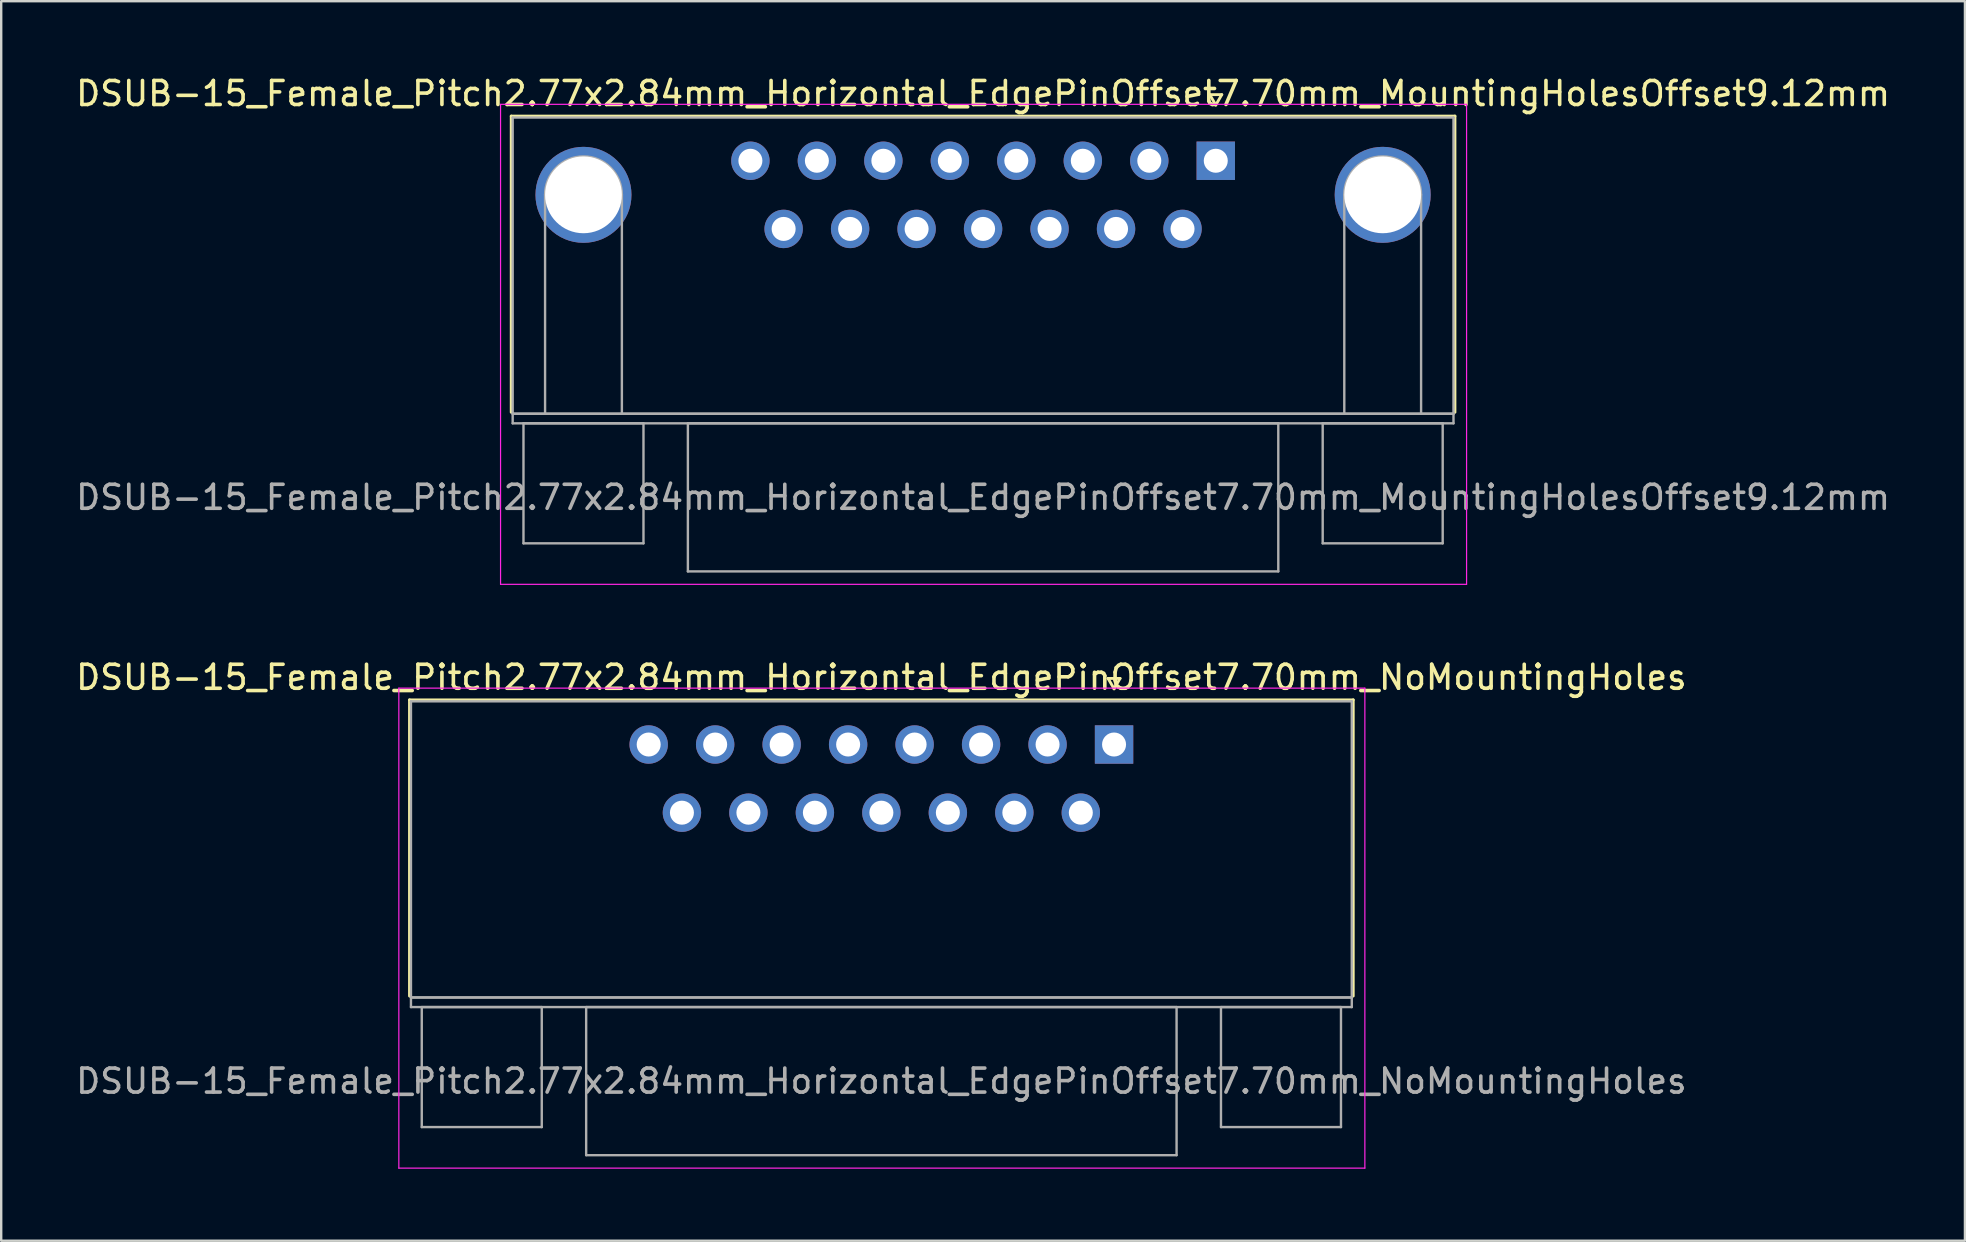
<source format=kicad_pcb>
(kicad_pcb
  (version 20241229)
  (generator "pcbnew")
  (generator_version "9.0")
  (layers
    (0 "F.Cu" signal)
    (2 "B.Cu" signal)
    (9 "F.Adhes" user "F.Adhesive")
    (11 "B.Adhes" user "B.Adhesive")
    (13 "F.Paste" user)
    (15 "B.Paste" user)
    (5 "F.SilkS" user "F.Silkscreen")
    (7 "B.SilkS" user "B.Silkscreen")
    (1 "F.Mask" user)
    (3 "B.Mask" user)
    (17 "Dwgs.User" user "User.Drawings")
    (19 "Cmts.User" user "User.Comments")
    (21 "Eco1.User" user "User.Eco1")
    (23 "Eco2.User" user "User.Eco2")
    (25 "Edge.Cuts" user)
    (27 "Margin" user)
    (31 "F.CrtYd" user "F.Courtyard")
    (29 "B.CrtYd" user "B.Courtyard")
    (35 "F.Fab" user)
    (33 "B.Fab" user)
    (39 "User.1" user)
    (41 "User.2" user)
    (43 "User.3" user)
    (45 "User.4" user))
  (footprint "DSUB-15_Female_Pitch2.77x2.84mm_Horizontal_EdgePinOffset7.70mm_NoMountingHoles"
    (layer "F.Cu")
    (at 43.368 27.971)
    (property "Reference" "DSUB-15_Female_Pitch2.77x2.84mm_Horizontal_EdgePinOffset7.70mm_NoMountingHoles" (at -9.695 -2.8 0) (layer "F.SilkS") (effects (font (size 1 1) (thickness 0.15))))
    (attr through_hole)
    (fp_line (start -29.355 -1.86) (end 9.965 -1.86) (stroke (width 0.12) (type solid)) (layer "F.SilkS"))
    (fp_line (start -29.355 10.48) (end -29.355 -1.86) (stroke (width 0.12) (type solid)) (layer "F.SilkS"))
    (fp_line (start -0.25 -2.754) (end 0.25 -2.754) (stroke (width 0.12) (type solid)) (layer "F.SilkS"))
    (fp_line (start 0 -2.321) (end -0.25 -2.754) (stroke (width 0.12) (type solid)) (layer "F.SilkS"))
    (fp_line (start 0.25 -2.754) (end 0 -2.321) (stroke (width 0.12) (type solid)) (layer "F.SilkS"))
    (fp_line (start 9.965 -1.86) (end 9.965 10.48) (stroke (width 0.12) (type solid)) (layer "F.SilkS"))
    (fp_line (start -29.8 -2.35) (end -29.8 17.65) (stroke (width 0.05) (type solid)) (layer "F.CrtYd"))
    (fp_line (start -29.8 17.65) (end 10.45 17.65) (stroke (width 0.05) (type solid)) (layer "F.CrtYd"))
    (fp_line (start 10.45 -2.35) (end -29.8 -2.35) (stroke (width 0.05) (type solid)) (layer "F.CrtYd"))
    (fp_line (start 10.45 17.65) (end 10.45 -2.35) (stroke (width 0.05) (type solid)) (layer "F.CrtYd"))
    (fp_line (start -29.295 -1.8) (end -29.295 10.54) (stroke (width 0.1) (type solid)) (layer "F.Fab"))
    (fp_line (start -29.295 10.54) (end -29.295 10.94) (stroke (width 0.1) (type solid)) (layer "F.Fab"))
    (fp_line (start -29.295 10.54) (end 9.905 10.54) (stroke (width 0.1) (type solid)) (layer "F.Fab"))
    (fp_line (start -29.295 10.94) (end 9.905 10.94) (stroke (width 0.1) (type solid)) (layer "F.Fab"))
    (fp_line (start -28.845 10.94) (end -28.845 15.94) (stroke (width 0.1) (type solid)) (layer "F.Fab"))
    (fp_line (start -28.845 15.94) (end -23.845 15.94) (stroke (width 0.1) (type solid)) (layer "F.Fab"))
    (fp_line (start -23.845 10.94) (end -28.845 10.94) (stroke (width 0.1) (type solid)) (layer "F.Fab"))
    (fp_line (start -23.845 15.94) (end -23.845 10.94) (stroke (width 0.1) (type solid)) (layer "F.Fab"))
    (fp_line (start -21.995 10.94) (end -21.995 17.11) (stroke (width 0.1) (type solid)) (layer "F.Fab"))
    (fp_line (start -21.995 17.11) (end 2.605 17.11) (stroke (width 0.1) (type solid)) (layer "F.Fab"))
    (fp_line (start 2.605 10.94) (end -21.995 10.94) (stroke (width 0.1) (type solid)) (layer "F.Fab"))
    (fp_line (start 2.605 17.11) (end 2.605 10.94) (stroke (width 0.1) (type solid)) (layer "F.Fab"))
    (fp_line (start 4.455 10.94) (end 4.455 15.94) (stroke (width 0.1) (type solid)) (layer "F.Fab"))
    (fp_line (start 4.455 15.94) (end 9.455 15.94) (stroke (width 0.1) (type solid)) (layer "F.Fab"))
    (fp_line (start 9.455 10.94) (end 4.455 10.94) (stroke (width 0.1) (type solid)) (layer "F.Fab"))
    (fp_line (start 9.455 15.94) (end 9.455 10.94) (stroke (width 0.1) (type solid)) (layer "F.Fab"))
    (fp_line (start 9.905 -1.8) (end -29.295 -1.8) (stroke (width 0.1) (type solid)) (layer "F.Fab"))
    (fp_line (start 9.905 10.54) (end -29.295 10.54) (stroke (width 0.1) (type solid)) (layer "F.Fab"))
    (fp_line (start 9.905 10.54) (end 9.905 -1.8) (stroke (width 0.1) (type solid)) (layer "F.Fab"))
    (fp_line (start 9.905 10.94) (end 9.905 10.54) (stroke (width 0.1) (type solid)) (layer "F.Fab"))
    (fp_text user "${REFERENCE}" (at -9.695 14.025 0) (layer "F.Fab") (effects (font (size 1 1) (thickness 0.15))))
    (pad "1" thru_hole rect (at 0 0) (size 1.6 1.6) (drill 1) (layers "*.Cu" "*.Mask"))
    (pad "2" thru_hole circle (at -2.77 0) (size 1.6 1.6) (drill 1) (layers "*.Cu" "*.Mask"))
    (pad "3" thru_hole circle (at -5.54 0) (size 1.6 1.6) (drill 1) (layers "*.Cu" "*.Mask"))
    (pad "4" thru_hole circle (at -8.31 0) (size 1.6 1.6) (drill 1) (layers "*.Cu" "*.Mask"))
    (pad "5" thru_hole circle (at -11.08 0) (size 1.6 1.6) (drill 1) (layers "*.Cu" "*.Mask"))
    (pad "6" thru_hole circle (at -13.85 0) (size 1.6 1.6) (drill 1) (layers "*.Cu" "*.Mask"))
    (pad "7" thru_hole circle (at -16.62 0) (size 1.6 1.6) (drill 1) (layers "*.Cu" "*.Mask"))
    (pad "8" thru_hole circle (at -19.39 0) (size 1.6 1.6) (drill 1) (layers "*.Cu" "*.Mask"))
    (pad "9" thru_hole circle (at -1.385 2.84) (size 1.6 1.6) (drill 1) (layers "*.Cu" "*.Mask"))
    (pad "10" thru_hole circle (at -4.155 2.84) (size 1.6 1.6) (drill 1) (layers "*.Cu" "*.Mask"))
    (pad "11" thru_hole circle (at -6.925 2.84) (size 1.6 1.6) (drill 1) (layers "*.Cu" "*.Mask"))
    (pad "12" thru_hole circle (at -9.695 2.84) (size 1.6 1.6) (drill 1) (layers "*.Cu" "*.Mask"))
    (pad "13" thru_hole circle (at -12.465 2.84) (size 1.6 1.6) (drill 1) (layers "*.Cu" "*.Mask"))
    (pad "14" thru_hole circle (at -15.235 2.84) (size 1.6 1.6) (drill 1) (layers "*.Cu" "*.Mask"))
    (pad "15" thru_hole circle (at -18.005 2.84) (size 1.6 1.6) (drill 1) (layers "*.Cu" "*.Mask")))
  (footprint "DSUB-15_Female_Pitch2.77x2.84mm_Horizontal_EdgePinOffset7.70mm_MountingHolesOffset9.12mm"
    (layer "F.Cu")
    (at 47.606 3.648)
    (property "Reference" "DSUB-15_Female_Pitch2.77x2.84mm_Horizontal_EdgePinOffset7.70mm_MountingHolesOffset9.12mm" (at -9.695 -2.8 0) (layer "F.SilkS") (effects (font (size 1 1) (thickness 0.15))))
    (attr through_hole)
    (fp_line (start -29.355 -1.86) (end 9.965 -1.86) (stroke (width 0.12) (type solid)) (layer "F.SilkS"))
    (fp_line (start -29.355 10.48) (end -29.355 -1.86) (stroke (width 0.12) (type solid)) (layer "F.SilkS"))
    (fp_line (start -0.25 -2.754) (end 0.25 -2.754) (stroke (width 0.12) (type solid)) (layer "F.SilkS"))
    (fp_line (start 0 -2.321) (end -0.25 -2.754) (stroke (width 0.12) (type solid)) (layer "F.SilkS"))
    (fp_line (start 0.25 -2.754) (end 0 -2.321) (stroke (width 0.12) (type solid)) (layer "F.SilkS"))
    (fp_line (start 9.965 -1.86) (end 9.965 10.48) (stroke (width 0.12) (type solid)) (layer "F.SilkS"))
    (fp_line (start -29.8 -2.35) (end -29.8 17.65) (stroke (width 0.05) (type solid)) (layer "F.CrtYd"))
    (fp_line (start -29.8 17.65) (end 10.45 17.65) (stroke (width 0.05) (type solid)) (layer "F.CrtYd"))
    (fp_line (start 10.45 -2.35) (end -29.8 -2.35) (stroke (width 0.05) (type solid)) (layer "F.CrtYd"))
    (fp_line (start 10.45 17.65) (end 10.45 -2.35) (stroke (width 0.05) (type solid)) (layer "F.CrtYd"))
    (fp_line (start -29.295 -1.8) (end -29.295 10.54) (stroke (width 0.1) (type solid)) (layer "F.Fab"))
    (fp_line (start -29.295 10.54) (end -29.295 10.94) (stroke (width 0.1) (type solid)) (layer "F.Fab"))
    (fp_line (start -29.295 10.54) (end 9.905 10.54) (stroke (width 0.1) (type solid)) (layer "F.Fab"))
    (fp_line (start -29.295 10.94) (end 9.905 10.94) (stroke (width 0.1) (type solid)) (layer "F.Fab"))
    (fp_line (start -28.845 10.94) (end -28.845 15.94) (stroke (width 0.1) (type solid)) (layer "F.Fab"))
    (fp_line (start -28.845 15.94) (end -23.845 15.94) (stroke (width 0.1) (type solid)) (layer "F.Fab"))
    (fp_line (start -27.945 10.54) (end -27.945 1.42) (stroke (width 0.1) (type solid)) (layer "F.Fab"))
    (fp_line (start -24.745 10.54) (end -24.745 1.42) (stroke (width 0.1) (type solid)) (layer "F.Fab"))
    (fp_line (start -23.845 10.94) (end -28.845 10.94) (stroke (width 0.1) (type solid)) (layer "F.Fab"))
    (fp_line (start -23.845 15.94) (end -23.845 10.94) (stroke (width 0.1) (type solid)) (layer "F.Fab"))
    (fp_line (start -21.995 10.94) (end -21.995 17.11) (stroke (width 0.1) (type solid)) (layer "F.Fab"))
    (fp_line (start -21.995 17.11) (end 2.605 17.11) (stroke (width 0.1) (type solid)) (layer "F.Fab"))
    (fp_line (start 2.605 10.94) (end -21.995 10.94) (stroke (width 0.1) (type solid)) (layer "F.Fab"))
    (fp_line (start 2.605 17.11) (end 2.605 10.94) (stroke (width 0.1) (type solid)) (layer "F.Fab"))
    (fp_line (start 4.455 10.94) (end 4.455 15.94) (stroke (width 0.1) (type solid)) (layer "F.Fab"))
    (fp_line (start 4.455 15.94) (end 9.455 15.94) (stroke (width 0.1) (type solid)) (layer "F.Fab"))
    (fp_line (start 5.355 10.54) (end 5.355 1.42) (stroke (width 0.1) (type solid)) (layer "F.Fab"))
    (fp_line (start 8.555 10.54) (end 8.555 1.42) (stroke (width 0.1) (type solid)) (layer "F.Fab"))
    (fp_line (start 9.455 10.94) (end 4.455 10.94) (stroke (width 0.1) (type solid)) (layer "F.Fab"))
    (fp_line (start 9.455 15.94) (end 9.455 10.94) (stroke (width 0.1) (type solid)) (layer "F.Fab"))
    (fp_line (start 9.905 -1.8) (end -29.295 -1.8) (stroke (width 0.1) (type solid)) (layer "F.Fab"))
    (fp_line (start 9.905 10.54) (end -29.295 10.54) (stroke (width 0.1) (type solid)) (layer "F.Fab"))
    (fp_line (start 9.905 10.54) (end 9.905 -1.8) (stroke (width 0.1) (type solid)) (layer "F.Fab"))
    (fp_line (start 9.905 10.94) (end 9.905 10.54) (stroke (width 0.1) (type solid)) (layer "F.Fab"))
    (fp_arc (start -27.945 1.42) (mid -26.345 -0.18) (end -24.745 1.42) (stroke (width 0.1) (type solid)) (layer "F.Fab"))
    (fp_arc (start 5.355 1.42) (mid 6.955 -0.18) (end 8.555 1.42) (stroke (width 0.1) (type solid)) (layer "F.Fab"))
    (fp_text user "${REFERENCE}" (at -9.695 14.025 0) (layer "F.Fab") (effects (font (size 1 1) (thickness 0.15))))
    (pad "0" thru_hole circle (at -26.345 1.42) (size 4 4) (drill 3.2) (layers "*.Cu" "*.Mask"))
    (pad "0" thru_hole circle (at 6.955 1.42) (size 4 4) (drill 3.2) (layers "*.Cu" "*.Mask"))
    (pad "1" thru_hole rect (at 0 0) (size 1.6 1.6) (drill 1) (layers "*.Cu" "*.Mask"))
    (pad "2" thru_hole circle (at -2.77 0) (size 1.6 1.6) (drill 1) (layers "*.Cu" "*.Mask"))
    (pad "3" thru_hole circle (at -5.54 0) (size 1.6 1.6) (drill 1) (layers "*.Cu" "*.Mask"))
    (pad "4" thru_hole circle (at -8.31 0) (size 1.6 1.6) (drill 1) (layers "*.Cu" "*.Mask"))
    (pad "5" thru_hole circle (at -11.08 0) (size 1.6 1.6) (drill 1) (layers "*.Cu" "*.Mask"))
    (pad "6" thru_hole circle (at -13.85 0) (size 1.6 1.6) (drill 1) (layers "*.Cu" "*.Mask"))
    (pad "7" thru_hole circle (at -16.62 0) (size 1.6 1.6) (drill 1) (layers "*.Cu" "*.Mask"))
    (pad "8" thru_hole circle (at -19.39 0) (size 1.6 1.6) (drill 1) (layers "*.Cu" "*.Mask"))
    (pad "9" thru_hole circle (at -1.385 2.84) (size 1.6 1.6) (drill 1) (layers "*.Cu" "*.Mask"))
    (pad "10" thru_hole circle (at -4.155 2.84) (size 1.6 1.6) (drill 1) (layers "*.Cu" "*.Mask"))
    (pad "11" thru_hole circle (at -6.925 2.84) (size 1.6 1.6) (drill 1) (layers "*.Cu" "*.Mask"))
    (pad "12" thru_hole circle (at -9.695 2.84) (size 1.6 1.6) (drill 1) (layers "*.Cu" "*.Mask"))
    (pad "13" thru_hole circle (at -12.465 2.84) (size 1.6 1.6) (drill 1) (layers "*.Cu" "*.Mask"))
    (pad "14" thru_hole circle (at -15.235 2.84) (size 1.6 1.6) (drill 1) (layers "*.Cu" "*.Mask"))
    (pad "15" thru_hole circle (at -18.005 2.84) (size 1.6 1.6) (drill 1) (layers "*.Cu" "*.Mask")))
  (gr_rect
    (start -3 -3)
    (end 78.821 48.647)
    (stroke (width 0.1) (type default))
    (fill no)
    (layer "Edge.Cuts")))
</source>
